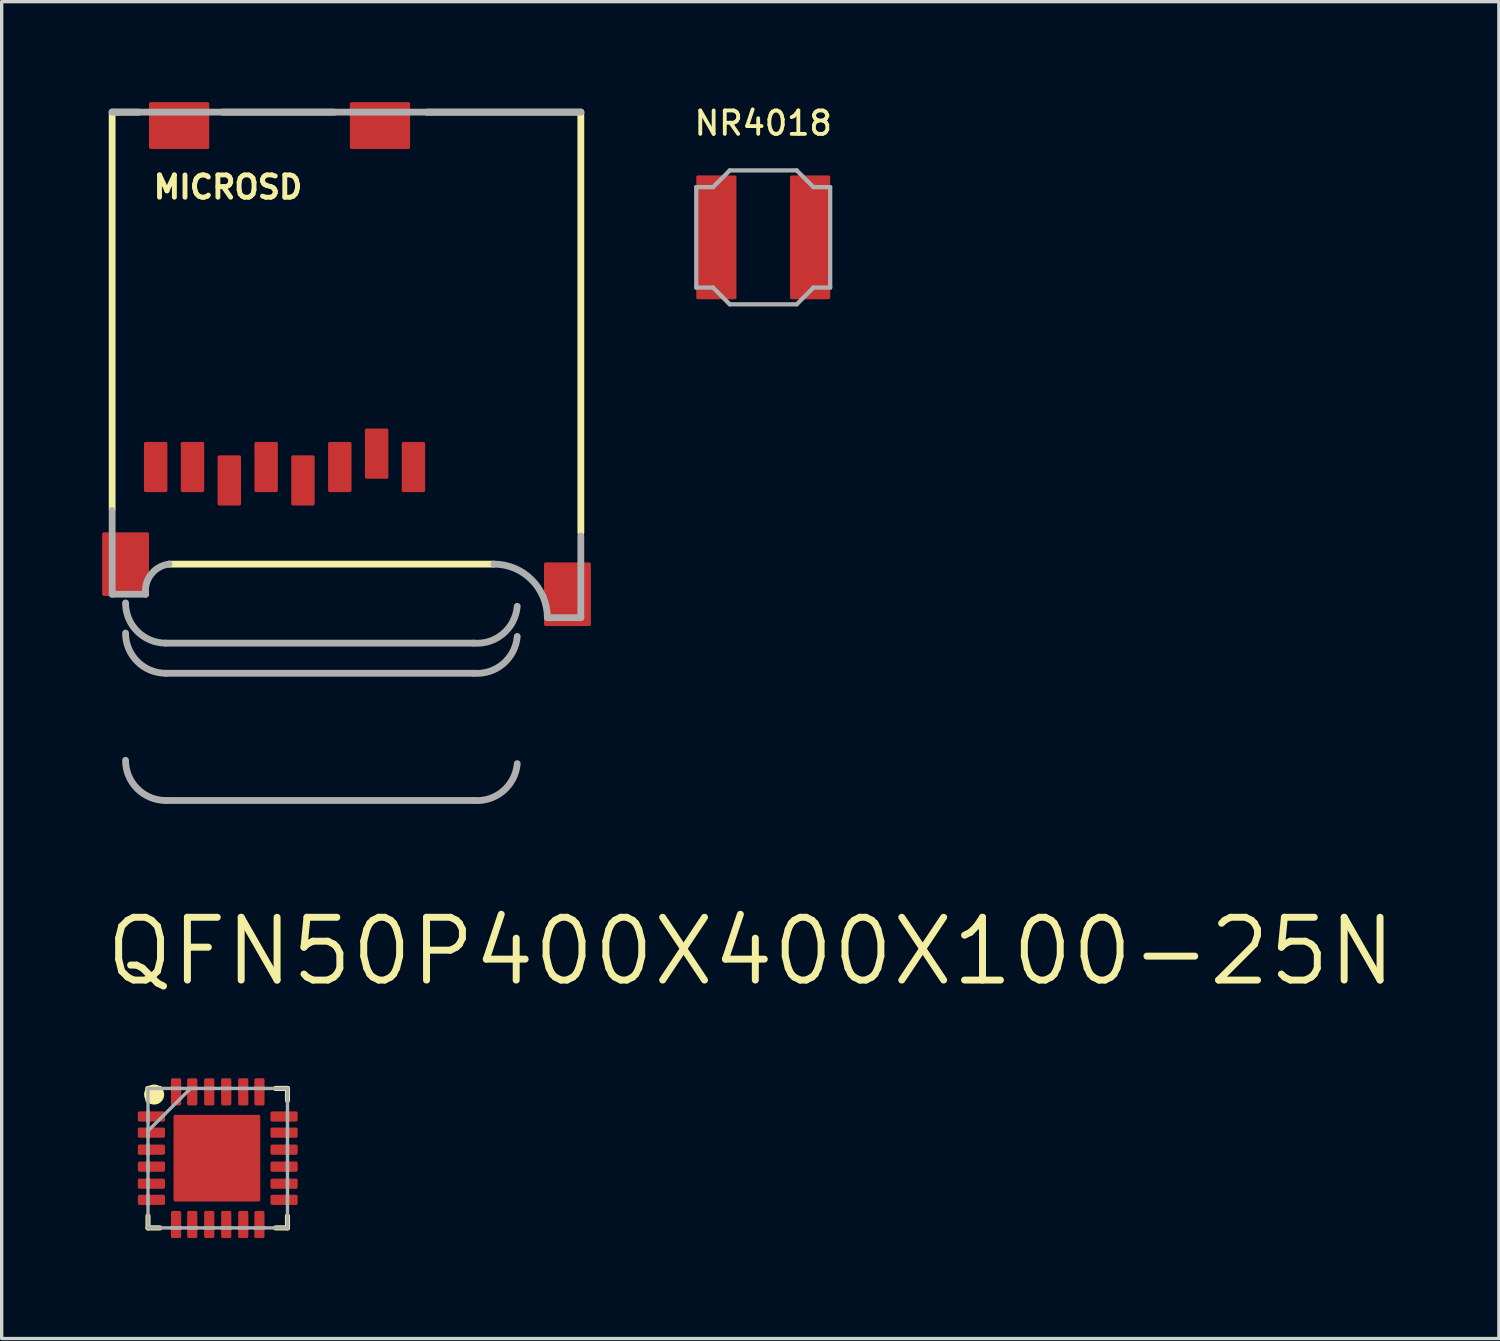
<source format=kicad_pcb>
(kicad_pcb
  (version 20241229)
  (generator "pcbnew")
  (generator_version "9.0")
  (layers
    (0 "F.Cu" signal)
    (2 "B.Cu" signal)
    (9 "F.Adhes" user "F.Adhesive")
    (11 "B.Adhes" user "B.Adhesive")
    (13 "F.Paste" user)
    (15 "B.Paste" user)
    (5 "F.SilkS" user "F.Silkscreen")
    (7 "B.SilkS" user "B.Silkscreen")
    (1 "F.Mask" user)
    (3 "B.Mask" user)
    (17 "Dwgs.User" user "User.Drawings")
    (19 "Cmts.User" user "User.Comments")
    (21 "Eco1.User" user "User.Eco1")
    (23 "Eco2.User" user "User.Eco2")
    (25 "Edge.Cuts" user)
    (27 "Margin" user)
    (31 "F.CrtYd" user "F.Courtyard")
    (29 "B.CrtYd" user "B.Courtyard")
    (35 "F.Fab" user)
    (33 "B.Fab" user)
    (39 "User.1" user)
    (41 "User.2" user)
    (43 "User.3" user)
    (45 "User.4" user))
  (footprint "QFN50P400X400X100-25N"
    (layer "F.Cu")
    (at 3.454 31.545)
    (property "Reference" "QFN50P400X400X100-25N" (at -3.454 -5.08 0) (layer "F.SilkS") (effects (font (size 1.875 1.875) (thickness 0.208)) (justify left bottom)))
    (fp_line (start -2.083 -2.083) (end -2.083 -1.727) (stroke (width 0.152) (type solid)) (layer "F.SilkS"))
    (fp_line (start -2.083 1.727) (end -2.083 2.083) (stroke (width 0.152) (type solid)) (layer "F.SilkS"))
    (fp_line (start -2.083 2.083) (end -1.727 2.083) (stroke (width 0.152) (type solid)) (layer "F.SilkS"))
    (fp_line (start -1.727 -2.083) (end -2.083 -2.083) (stroke (width 0.152) (type solid)) (layer "F.SilkS"))
    (fp_line (start 1.727 2.083) (end 2.083 2.083) (stroke (width 0.152) (type solid)) (layer "F.SilkS"))
    (fp_line (start 2.083 -2.083) (end 1.727 -2.083) (stroke (width 0.152) (type solid)) (layer "F.SilkS"))
    (fp_line (start 2.083 -1.727) (end 2.083 -2.083) (stroke (width 0.152) (type solid)) (layer "F.SilkS"))
    (fp_line (start 2.083 2.083) (end 2.083 1.727) (stroke (width 0.152) (type solid)) (layer "F.SilkS"))
    (fp_circle (center -1.9 -1.9) (end -1.75 -1.9) (stroke (width 0.3) (type solid)) (fill no) (layer "F.SilkS"))
    (fp_line (start -2.083 -2.083) (end -2.083 2.083) (stroke (width 0.1) (type solid)) (layer "F.Fab"))
    (fp_line (start -2.083 -1.397) (end -2.083 -1.092) (stroke (width 0.1) (type solid)) (layer "F.Fab"))
    (fp_line (start -2.083 -0.889) (end -2.083 -0.61) (stroke (width 0.1) (type solid)) (layer "F.Fab"))
    (fp_line (start -2.083 -0.813) (end -0.813 -2.083) (stroke (width 0.1) (type solid)) (layer "F.Fab"))
    (fp_line (start -2.083 -0.406) (end -2.083 -0.102) (stroke (width 0.1) (type solid)) (layer "F.Fab"))
    (fp_line (start -2.083 0.102) (end -2.083 0.406) (stroke (width 0.1) (type solid)) (layer "F.Fab"))
    (fp_line (start -2.083 0.61) (end -2.083 0.889) (stroke (width 0.1) (type solid)) (layer "F.Fab"))
    (fp_line (start -2.083 1.092) (end -2.083 1.397) (stroke (width 0.1) (type solid)) (layer "F.Fab"))
    (fp_line (start -2.083 2.083) (end 2.083 2.083) (stroke (width 0.1) (type solid)) (layer "F.Fab"))
    (fp_line (start -1.397 2.083) (end -1.092 2.083) (stroke (width 0.1) (type solid)) (layer "F.Fab"))
    (fp_line (start -1.092 -2.083) (end -1.397 -2.083) (stroke (width 0.1) (type solid)) (layer "F.Fab"))
    (fp_line (start -0.889 2.083) (end -0.61 2.083) (stroke (width 0.1) (type solid)) (layer "F.Fab"))
    (fp_line (start -0.61 -2.083) (end -0.889 -2.083) (stroke (width 0.1) (type solid)) (layer "F.Fab"))
    (fp_line (start -0.406 2.083) (end -0.102 2.083) (stroke (width 0.1) (type solid)) (layer "F.Fab"))
    (fp_line (start -0.102 -2.083) (end -0.406 -2.083) (stroke (width 0.1) (type solid)) (layer "F.Fab"))
    (fp_line (start 0.102 2.083) (end 0.406 2.083) (stroke (width 0.1) (type solid)) (layer "F.Fab"))
    (fp_line (start 0.406 -2.083) (end 0.102 -2.083) (stroke (width 0.1) (type solid)) (layer "F.Fab"))
    (fp_line (start 0.61 2.083) (end 0.889 2.083) (stroke (width 0.1) (type solid)) (layer "F.Fab"))
    (fp_line (start 0.889 -2.083) (end 0.61 -2.083) (stroke (width 0.1) (type solid)) (layer "F.Fab"))
    (fp_line (start 1.092 2.083) (end 1.397 2.083) (stroke (width 0.1) (type solid)) (layer "F.Fab"))
    (fp_line (start 1.397 -2.083) (end 1.092 -2.083) (stroke (width 0.1) (type solid)) (layer "F.Fab"))
    (fp_line (start 2.083 -2.083) (end -2.083 -2.083) (stroke (width 0.1) (type solid)) (layer "F.Fab"))
    (fp_line (start 2.083 -1.092) (end 2.083 -1.397) (stroke (width 0.1) (type solid)) (layer "F.Fab"))
    (fp_line (start 2.083 -0.61) (end 2.083 -0.889) (stroke (width 0.1) (type solid)) (layer "F.Fab"))
    (fp_line (start 2.083 -0.102) (end 2.083 -0.406) (stroke (width 0.1) (type solid)) (layer "F.Fab"))
    (fp_line (start 2.083 0.406) (end 2.083 0.102) (stroke (width 0.1) (type solid)) (layer "F.Fab"))
    (fp_line (start 2.083 0.889) (end 2.083 0.61) (stroke (width 0.1) (type solid)) (layer "F.Fab"))
    (fp_line (start 2.083 1.397) (end 2.083 1.092) (stroke (width 0.1) (type solid)) (layer "F.Fab"))
    (fp_line (start 2.083 2.083) (end 2.083 -2.083) (stroke (width 0.1) (type solid)) (layer "F.Fab"))
    (pad "1" smd roundrect (at -1.981 -1.245 270) (size 0.305 0.813) (layers "F.Cu" "F.Mask" "F.Paste") (roundrect_rratio 0.164))
    (pad "2" smd roundrect (at -1.981 -0.762 270) (size 0.305 0.813) (layers "F.Cu" "F.Mask" "F.Paste") (roundrect_rratio 0.164))
    (pad "3" smd roundrect (at -1.981 -0.254 270) (size 0.305 0.813) (layers "F.Cu" "F.Mask" "F.Paste") (roundrect_rratio 0.164))
    (pad "4" smd roundrect (at -1.981 0.254 270) (size 0.305 0.813) (layers "F.Cu" "F.Mask" "F.Paste") (roundrect_rratio 0.164))
    (pad "5" smd roundrect (at -1.981 0.762 270) (size 0.305 0.813) (layers "F.Cu" "F.Mask" "F.Paste") (roundrect_rratio 0.164))
    (pad "6" smd roundrect (at -1.981 1.245 270) (size 0.305 0.813) (layers "F.Cu" "F.Mask" "F.Paste") (roundrect_rratio 0.164))
    (pad "7" smd roundrect (at -1.245 1.981 180) (size 0.305 0.813) (layers "F.Cu" "F.Mask" "F.Paste") (roundrect_rratio 0.164))
    (pad "8" smd roundrect (at -0.762 1.981 180) (size 0.305 0.813) (layers "F.Cu" "F.Mask" "F.Paste") (roundrect_rratio 0.164))
    (pad "9" smd roundrect (at -0.254 1.981 180) (size 0.305 0.813) (layers "F.Cu" "F.Mask" "F.Paste") (roundrect_rratio 0.164))
    (pad "10" smd roundrect (at 0.254 1.981 180) (size 0.305 0.813) (layers "F.Cu" "F.Mask" "F.Paste") (roundrect_rratio 0.164))
    (pad "11" smd roundrect (at 0.762 1.981 180) (size 0.305 0.813) (layers "F.Cu" "F.Mask" "F.Paste") (roundrect_rratio 0.164))
    (pad "12" smd roundrect (at 1.245 1.981 180) (size 0.305 0.813) (layers "F.Cu" "F.Mask" "F.Paste") (roundrect_rratio 0.164))
    (pad "13" smd roundrect (at 1.981 1.245 270) (size 0.305 0.813) (layers "F.Cu" "F.Mask" "F.Paste") (roundrect_rratio 0.164))
    (pad "14" smd roundrect (at 1.981 0.762 270) (size 0.305 0.813) (layers "F.Cu" "F.Mask" "F.Paste") (roundrect_rratio 0.164))
    (pad "15" smd roundrect (at 1.981 0.254 270) (size 0.305 0.813) (layers "F.Cu" "F.Mask" "F.Paste") (roundrect_rratio 0.164))
    (pad "16" smd roundrect (at 1.981 -0.254 270) (size 0.305 0.813) (layers "F.Cu" "F.Mask" "F.Paste") (roundrect_rratio 0.164))
    (pad "17" smd roundrect (at 1.981 -0.762 270) (size 0.305 0.813) (layers "F.Cu" "F.Mask" "F.Paste") (roundrect_rratio 0.164))
    (pad "18" smd roundrect (at 1.981 -1.245 270) (size 0.305 0.813) (layers "F.Cu" "F.Mask" "F.Paste") (roundrect_rratio 0.164))
    (pad "19" smd roundrect (at 1.245 -1.981 180) (size 0.305 0.813) (layers "F.Cu" "F.Mask" "F.Paste") (roundrect_rratio 0.164))
    (pad "20" smd roundrect (at 0.762 -1.981 180) (size 0.305 0.813) (layers "F.Cu" "F.Mask" "F.Paste") (roundrect_rratio 0.164))
    (pad "21" smd roundrect (at 0.254 -1.981 180) (size 0.305 0.813) (layers "F.Cu" "F.Mask" "F.Paste") (roundrect_rratio 0.164))
    (pad "22" smd roundrect (at -0.254 -1.981 180) (size 0.305 0.813) (layers "F.Cu" "F.Mask" "F.Paste") (roundrect_rratio 0.164))
    (pad "23" smd roundrect (at -0.762 -1.981 180) (size 0.305 0.813) (layers "F.Cu" "F.Mask" "F.Paste") (roundrect_rratio 0.164))
    (pad "24" smd roundrect (at -1.245 -1.981 180) (size 0.305 0.813) (layers "F.Cu" "F.Mask" "F.Paste") (roundrect_rratio 0.164))
    (pad "25" smd roundrect (at -0.025 0) (size 2.591 2.591) (layers "F.Cu" "F.Mask" "F.Paste") (roundrect_rratio 0.019)))
  (footprint "MICROSD"
    (layer "F.Cu")
    (at 0.3 0.26)
    (property "Reference" "MICROSD" (at 1.16 2.67 0) (layer "F.SilkS") (effects (font (size 0.666 0.666) (thickness 0.146)) (justify left bottom)))
    (fp_line (start 0 0.04) (end 0 11.9) (stroke (width 0.203) (type solid)) (layer "F.SilkS"))
    (fp_line (start 0.792 0.04) (end 0 0.04) (stroke (width 0.203) (type solid)) (layer "F.SilkS"))
    (fp_line (start 1.7 13.54) (end 11.4 13.54) (stroke (width 0.203) (type solid)) (layer "F.SilkS"))
    (fp_line (start 6.634 0.04) (end 3.302 0.04) (stroke (width 0.203) (type solid)) (layer "F.SilkS"))
    (fp_line (start 14 0.04) (end 9.398 0.04) (stroke (width 0.203) (type solid)) (layer "F.SilkS"))
    (fp_line (start 14 12.6) (end 14 0.04) (stroke (width 0.203) (type solid)) (layer "F.SilkS"))
    (fp_line (start 0 11.938) (end 0 14.44) (stroke (width 0.203) (type solid)) (layer "F.Fab"))
    (fp_line (start 0 14.44) (end 1 14.44) (stroke (width 0.203) (type solid)) (layer "F.Fab"))
    (fp_line (start 1.6 15.9) (end 10.8 15.9) (stroke (width 0.203) (type solid)) (layer "F.Fab"))
    (fp_line (start 1.6 16.8) (end 10.8 16.8) (stroke (width 0.203) (type solid)) (layer "F.Fab"))
    (fp_line (start 1.6 20.6) (end 10.8 20.6) (stroke (width 0.203) (type solid)) (layer "F.Fab"))
    (fp_line (start 13 15.14) (end 14 15.14) (stroke (width 0.203) (type solid)) (layer "F.Fab"))
    (fp_line (start 14 0.04) (end 0 0.04) (stroke (width 0.203) (type solid)) (layer "F.Fab"))
    (fp_line (start 14 12.7) (end 14 15.14) (stroke (width 0.203) (type solid)) (layer "F.Fab"))
    (fp_arc (start 1 14.44) (mid 1.163604 13.845025) (end 1.7 13.54) (stroke (width 0.2032) (type solid)) (layer "F.Fab"))
    (fp_arc (start 1.6 15.9) (mid 0.751472 15.548528) (end 0.4 14.7) (stroke (width 0.2032) (type solid)) (layer "F.Fab"))
    (fp_arc (start 1.6 16.8) (mid 0.751472 16.448528) (end 0.4 15.6) (stroke (width 0.2032) (type solid)) (layer "F.Fab"))
    (fp_arc (start 1.6 20.6) (mid 0.751472 20.248528) (end 0.4 19.4) (stroke (width 0.2032) (type solid)) (layer "F.Fab"))
    (fp_arc (start 11.4 13.54) (mid 12.531371 14.008629) (end 13 15.14) (stroke (width 0.2032) (type solid)) (layer "F.Fab"))
    (fp_arc (start 12.1 14.8) (mid 11.677817 15.619239) (end 10.8 15.9) (stroke (width 0.2032) (type solid)) (layer "F.Fab"))
    (fp_arc (start 12.1 15.7) (mid 11.677817 16.519239) (end 10.8 16.8) (stroke (width 0.2032) (type solid)) (layer "F.Fab"))
    (fp_arc (start 12.1 19.5) (mid 11.677817 20.319239) (end 10.8 20.6) (stroke (width 0.2032) (type solid)) (layer "F.Fab"))
    (pad "1" smd roundrect (at 9 10.64) (size 0.7 1.5) (layers "F.Cu" "F.Mask" "F.Paste") (roundrect_rratio 0.071))
    (pad "2" smd roundrect (at 7.9 10.24) (size 0.7 1.5) (layers "F.Cu" "F.Mask" "F.Paste") (roundrect_rratio 0.071))
    (pad "3" smd roundrect (at 6.8 10.64) (size 0.7 1.5) (layers "F.Cu" "F.Mask" "F.Paste") (roundrect_rratio 0.071))
    (pad "4" smd roundrect (at 5.7 11.04) (size 0.7 1.5) (layers "F.Cu" "F.Mask" "F.Paste") (roundrect_rratio 0.071))
    (pad "5" smd roundrect (at 4.6 10.64) (size 0.7 1.5) (layers "F.Cu" "F.Mask" "F.Paste") (roundrect_rratio 0.071))
    (pad "6" smd roundrect (at 3.5 11.04) (size 0.7 1.5) (layers "F.Cu" "F.Mask" "F.Paste") (roundrect_rratio 0.071))
    (pad "7" smd roundrect (at 2.4 10.64) (size 0.7 1.5) (layers "F.Cu" "F.Mask" "F.Paste") (roundrect_rratio 0.071))
    (pad "8" smd roundrect (at 1.3 10.64) (size 0.7 1.5) (layers "F.Cu" "F.Mask" "F.Paste") (roundrect_rratio 0.071))
    (pad "CD1" smd roundrect (at 2 0.44 90) (size 1.4 1.8) (layers "F.Cu" "F.Mask" "F.Paste") (roundrect_rratio 0.036))
    (pad "CD2" smd roundrect (at 8 0.44 90) (size 1.4 1.8) (layers "F.Cu" "F.Mask" "F.Paste") (roundrect_rratio 0.036))
    (pad "MT1" smd roundrect (at 0.4 13.54) (size 1.4 1.9) (layers "F.Cu" "F.Mask" "F.Paste") (roundrect_rratio 0.036))
    (pad "MT2" smd roundrect (at 13.6 14.44) (size 1.4 1.9) (layers "F.Cu" "F.Mask" "F.Paste") (roundrect_rratio 0.036)))
  (footprint "NR4018"
    (layer "F.Cu")
    (at 19.748 4.04)
    (property "Reference" "NR4018" (at 0 -3 0) (layer "F.SilkS") (effects (font (size 0.699 0.699) (thickness 0.114)) (justify bottom)))
    (fp_line (start -2 1.5) (end -2 -1.5) (stroke (width 0.127) (type solid)) (layer "F.Fab"))
    (fp_line (start -1.5 -1.5) (end -2 -1.5) (stroke (width 0.127) (type solid)) (layer "F.Fab"))
    (fp_line (start -1.5 1.5) (end -2 1.5) (stroke (width 0.127) (type solid)) (layer "F.Fab"))
    (fp_line (start -1 -2) (end -1.5 -1.5) (stroke (width 0.127) (type solid)) (layer "F.Fab"))
    (fp_line (start -1 -2) (end 1 -2) (stroke (width 0.127) (type solid)) (layer "F.Fab"))
    (fp_line (start -1 2) (end -1.5 1.5) (stroke (width 0.127) (type solid)) (layer "F.Fab"))
    (fp_line (start 1 -2) (end 1.5 -1.5) (stroke (width 0.127) (type solid)) (layer "F.Fab"))
    (fp_line (start 1 2) (end -1 2) (stroke (width 0.127) (type solid)) (layer "F.Fab"))
    (fp_line (start 1 2) (end 1.5 1.5) (stroke (width 0.127) (type solid)) (layer "F.Fab"))
    (fp_line (start 1.5 -1.5) (end 2 -1.5) (stroke (width 0.127) (type solid)) (layer "F.Fab"))
    (fp_line (start 1.5 1.5) (end 2 1.5) (stroke (width 0.127) (type solid)) (layer "F.Fab"))
    (fp_line (start 2 -1.5) (end 2 1.5) (stroke (width 0.127) (type solid)) (layer "F.Fab"))
    (pad "1" smd roundrect (at -1.4 0) (size 1.2 3.7) (layers "F.Cu" "F.Mask" "F.Paste") (roundrect_rratio 0.042))
    (pad "2" smd roundrect (at 1.4 0) (size 1.2 3.7) (layers "F.Cu" "F.Mask" "F.Paste") (roundrect_rratio 0.042)))
  (gr_rect
    (start -3 -3)
    (end 41.722 36.933)
    (stroke (width 0.1) (type default))
    (fill no)
    (layer "Edge.Cuts")))
</source>
